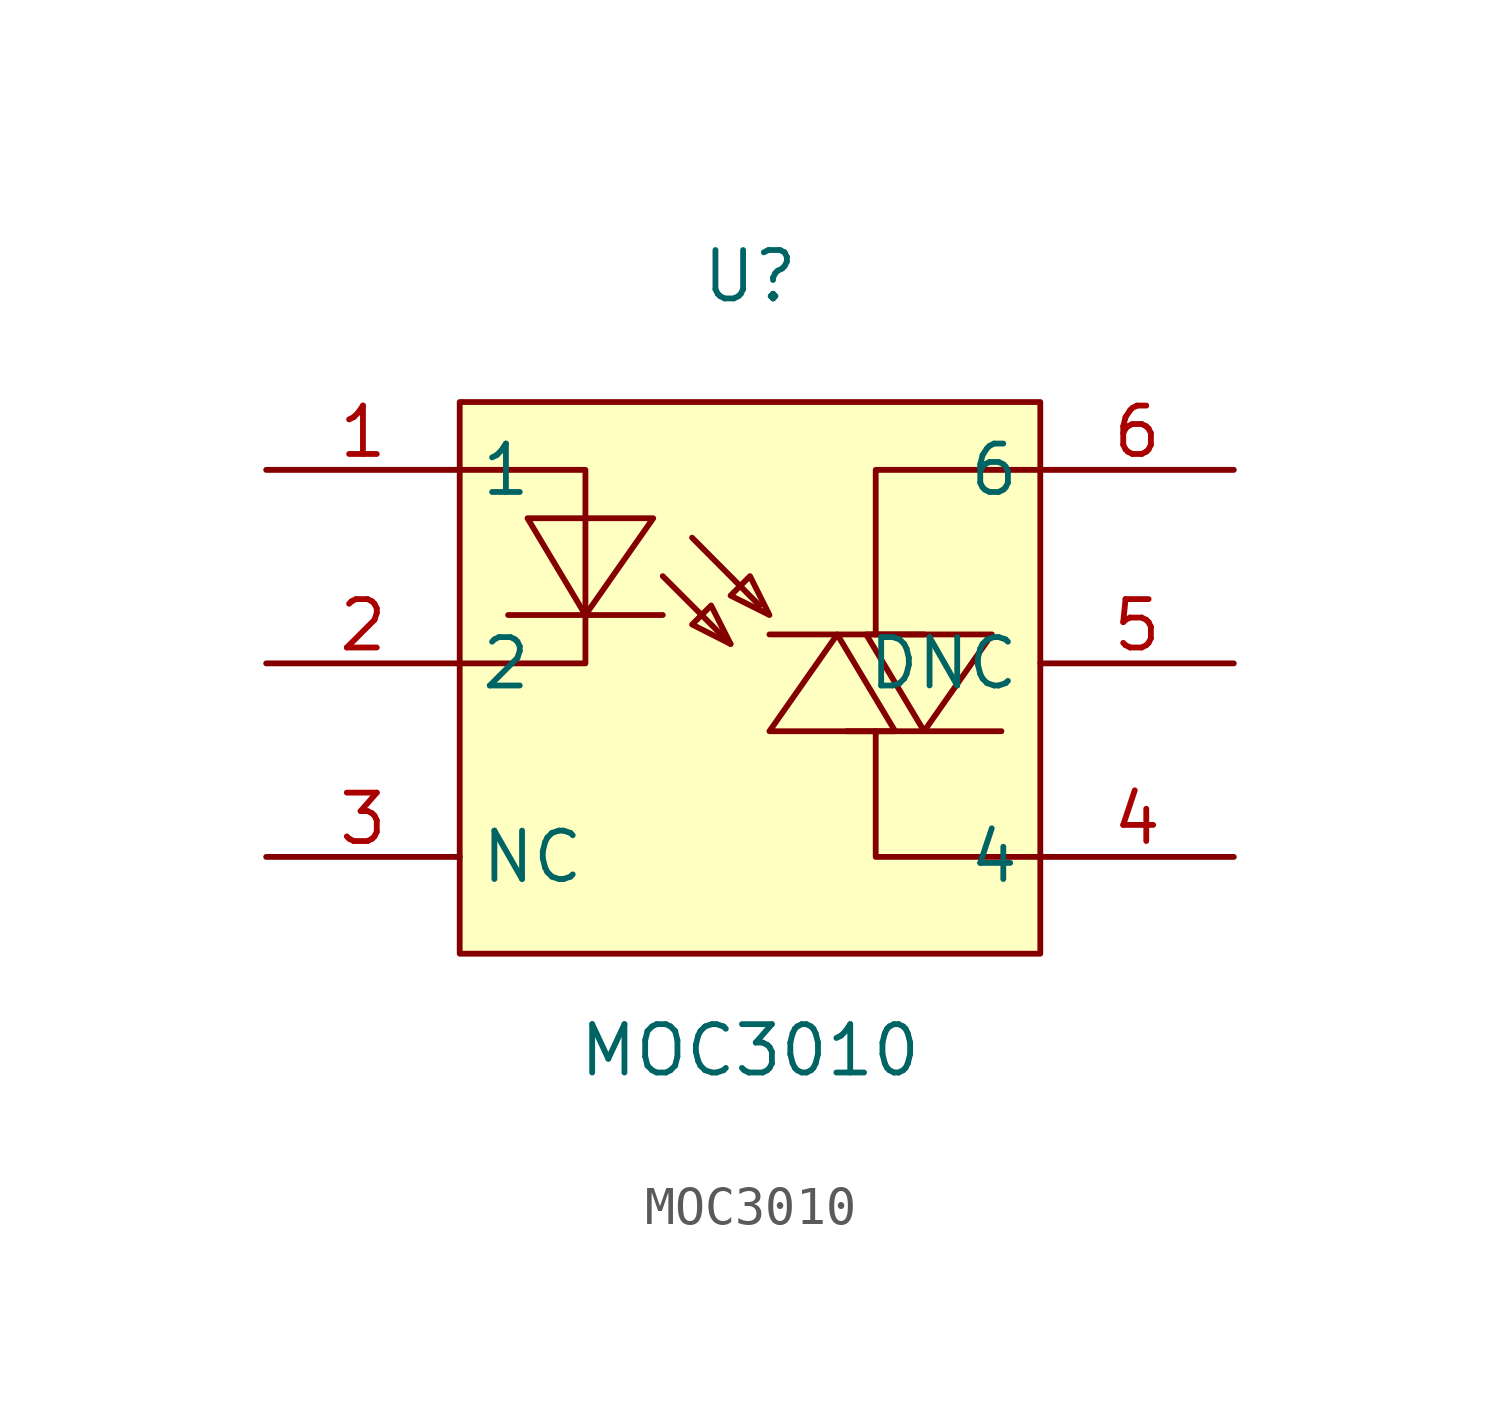
<source format=kicad_sym>
(kicad_symbol_lib
  (version 20211014)
  (generator https://github.com/uPesy/easyeda2kicad.py)
  (symbol "MOC3010"
    (property "Reference" "U"
      (at 0 10.16 0)
      (effects (font (size 1.27 1.27))))
    (property "Value" "MOC3010"
      (at 0 -10.16 0)
      (effects (font (size 1.27 1.27))))
    (symbol "MOC3010_0_1"
      (rectangle (start -7.62 6.86) (end 7.62 -7.62) (stroke (width 0) (type default) (color 0 0 0 0)) (fill (type background)))
      (polyline (pts (xy -0.51 0.51) (xy -1.02 1.52) (xy -1.52 1.02) (xy -0.51 0.51)) (stroke (width 0) (type default) (color 0 0 0 0)) (fill (type background)))
      (polyline (pts (xy 0.51 1.27) (xy 0.00 2.29) (xy -0.51 1.78) (xy 0.51 1.27)) (stroke (width 0) (type default) (color 0 0 0 0)) (fill (type background)))
      (polyline (pts (xy -5.84 3.81) (xy -4.32 1.27) (xy -2.54 3.81) (xy -5.84 3.81)) (stroke (width 0) (type default) (color 0 0 0 0)) (fill (type background)))
      (polyline (pts (xy 3.05 0.76) (xy 4.57 -1.78) (xy 6.35 0.76) (xy 3.05 0.76)) (stroke (width 0) (type default) (color 0 0 0 0)) (fill (type background)))
      (polyline (pts (xy 3.81 -1.78) (xy 2.29 0.76) (xy 0.51 -1.78) (xy 3.81 -1.78)) (stroke (width 0) (type default) (color 0 0 0 0)) (fill (type background)))
      (polyline (pts (xy -2.29 2.29) (xy -0.51 0.51)) (stroke (width 0) (type default) (color 0 0 0 0)) (fill (type none)))
      (polyline (pts (xy -1.52 3.30) (xy 0.25 1.52)) (stroke (width 0) (type default) (color 0 0 0 0)) (fill (type none)))
      (polyline (pts (xy -2.29 1.27) (xy -6.35 1.27)) (stroke (width 0) (type default) (color 0 0 0 0)) (fill (type none)))
      (polyline (pts (xy -7.62 5.08) (xy -4.32 5.08) (xy -4.32 -0.00) (xy -7.62 -0.00)) (stroke (width 0) (type default) (color 0 0 0 0)) (fill (type none)))
      (polyline (pts (xy 6.60 -1.78) (xy 2.54 -1.78)) (stroke (width 0) (type default) (color 0 0 0 0)) (fill (type none)))
      (polyline (pts (xy 0.51 0.76) (xy 4.57 0.76)) (stroke (width 0) (type default) (color 0 0 0 0)) (fill (type none)))
      (polyline (pts (xy 7.62 5.08) (xy 3.30 5.08) (xy 3.30 0.76)) (stroke (width 0) (type default) (color 0 0 0 0)) (fill (type none)))
      (polyline (pts (xy 3.30 -1.78) (xy 3.30 -5.08) (xy 7.62 -5.08)) (stroke (width 0) (type default) (color 0 0 0 0)) (fill (type none)))
      (pin unspecified line (at 12.70 5.08 180) (length 5.08) (name "6" (effects (font (size 1.27 1.27)))) (number "6" (effects (font (size 1.27 1.27)))))
      (pin unspecified line (at -12.70 5.08 0) (length 5.08) (name "1" (effects (font (size 1.27 1.27)))) (number "1" (effects (font (size 1.27 1.27)))))
      (pin unspecified line (at -12.70 -0.00 0) (length 5.08) (name "2" (effects (font (size 1.27 1.27)))) (number "2" (effects (font (size 1.27 1.27)))))
      (pin unspecified line (at 12.70 -5.08 180) (length 5.08) (name "4" (effects (font (size 1.27 1.27)))) (number "4" (effects (font (size 1.27 1.27)))))
      (pin unspecified line (at -12.70 -5.08 0) (length 5.08) (name "NC" (effects (font (size 1.27 1.27)))) (number "3" (effects (font (size 1.27 1.27)))))
      (pin unspecified line (at 12.70 -0.00 180) (length 5.08) (name "DNC" (effects (font (size 1.27 1.27)))) (number "5" (effects (font (size 1.27 1.27))))))))
</source>
